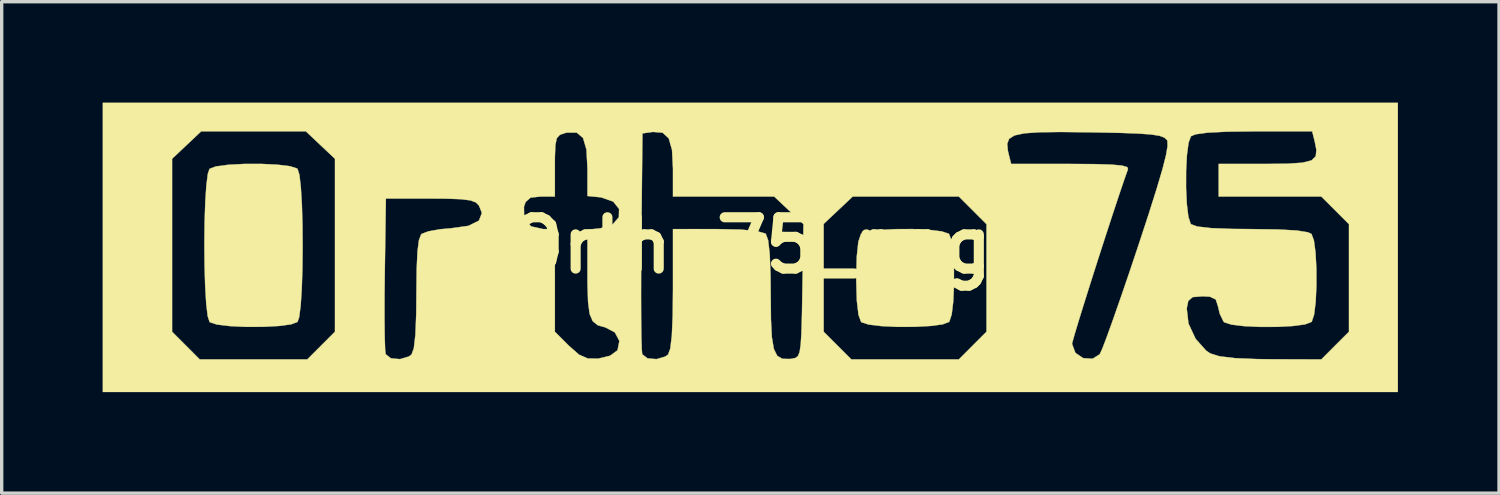
<source format=kicad_pcb>
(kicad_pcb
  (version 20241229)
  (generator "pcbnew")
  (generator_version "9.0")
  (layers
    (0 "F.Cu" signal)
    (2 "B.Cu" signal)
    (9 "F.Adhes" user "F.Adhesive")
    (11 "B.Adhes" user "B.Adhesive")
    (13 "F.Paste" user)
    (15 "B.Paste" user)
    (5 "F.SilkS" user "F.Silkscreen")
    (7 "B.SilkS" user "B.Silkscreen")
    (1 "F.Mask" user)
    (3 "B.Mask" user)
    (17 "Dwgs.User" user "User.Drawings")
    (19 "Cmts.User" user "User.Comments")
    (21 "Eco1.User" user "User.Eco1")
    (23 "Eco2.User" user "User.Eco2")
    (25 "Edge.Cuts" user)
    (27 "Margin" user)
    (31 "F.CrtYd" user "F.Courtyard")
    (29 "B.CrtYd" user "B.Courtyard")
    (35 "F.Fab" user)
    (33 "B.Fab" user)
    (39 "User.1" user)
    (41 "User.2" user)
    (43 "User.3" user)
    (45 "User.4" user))
  (footprint "Ortho75_neg"
    (layer "F.Cu")
    (at 19.236 4.238)
    (property "Reference" "Ortho75_neg" (at 0 0 0) (layer "F.SilkS") (effects (font (size 1.524 1.524) (thickness 0.3))))
    (attr through_hole)
    (fp_poly (pts (xy 5.303 -0.462) (xy 5.682 -0.416) (xy 5.894 -0.346) (xy 5.902 -0.339) (xy 5.974 -0.146) (xy 6.023 0.22) (xy 6.047 0.69) (xy 6.048 1.198) (xy 6.026 1.675) (xy 5.98 2.053) (xy 5.91 2.265) (xy 5.902 2.274) (xy 5.71 2.346) (xy 5.344 2.394) (xy 4.874 2.419) (xy 4.366 2.42) (xy 3.889 2.397) (xy 3.511 2.351) (xy 3.299 2.282) (xy 3.29 2.274) (xy 3.213 2.067) (xy 3.163 1.642) (xy 3.145 1.021) (xy 3.145 0.968) (xy 3.161 0.333) (xy 3.208 -0.107) (xy 3.283 -0.331) (xy 3.29 -0.339) (xy 3.483 -0.41) (xy 3.848 -0.459) (xy 4.319 -0.483) (xy 4.826 -0.485) (xy 5.303 -0.462)) (stroke (width 0.01) (type solid)) (fill yes) (layer "F.SilkS"))
    (fp_poly (pts (xy -14.049 -2.397) (xy -13.671 -2.351) (xy -13.459 -2.282) (xy -13.45 -2.274) (xy -13.394 -2.099) (xy -13.351 -1.732) (xy -13.32 -1.221) (xy -13.302 -0.615) (xy -13.297 0.037) (xy -13.304 0.687) (xy -13.323 1.285) (xy -13.355 1.782) (xy -13.4 2.13) (xy -13.45 2.274) (xy -13.643 2.346) (xy -14.008 2.394) (xy -14.479 2.419) (xy -14.986 2.42) (xy -15.463 2.397) (xy -15.842 2.351) (xy -16.054 2.282) (xy -16.062 2.274) (xy -16.118 2.099) (xy -16.161 1.732) (xy -16.192 1.221) (xy -16.21 0.615) (xy -16.216 -0.037) (xy -16.209 -0.687) (xy -16.189 -1.285) (xy -16.157 -1.782) (xy -16.112 -2.13) (xy -16.062 -2.274) (xy -15.87 -2.346) (xy -15.504 -2.394) (xy -15.034 -2.419) (xy -14.526 -2.42) (xy -14.049 -2.397)) (stroke (width 0.01) (type solid)) (fill yes) (layer "F.SilkS"))
    (fp_poly (pts (xy 19.231 4.354) (xy -19.231 4.354) (xy -19.231 -2.572) (xy -17.175 -2.572) (xy -17.175 2.564) (xy -16.764 2.975) (xy -16.353 3.387) (xy -13.16 3.387) (xy -12.748 2.975) (xy -12.337 2.564) (xy -12.337 2.2) (xy -10.866 2.2) (xy -10.86 2.72) (xy -10.848 3.078) (xy -10.832 3.232) (xy -10.674 3.355) (xy -10.407 3.379) (xy -10.143 3.301) (xy -10.063 3.242) (xy -9.995 3.056) (xy -9.948 2.652) (xy -9.923 2.023) (xy -9.918 1.442) (xy -9.91 0.701) (xy -9.886 0.177) (xy -9.843 -0.157) (xy -9.778 -0.325) (xy -9.763 -0.341) (xy -9.563 -0.417) (xy -9.209 -0.48) (xy -8.898 -0.507) (xy -8.371 -0.581) (xy -8.061 -0.735) (xy -7.973 -0.962) (xy -8.045 -1.147) (xy -6.724 -1.147) (xy -6.717 -0.796) (xy -6.512 -0.564) (xy -6.154 -0.484) (xy -5.806 -0.484) (xy -5.806 2.564) (xy -5.387 2.983) (xy -5.088 3.246) (xy -4.83 3.358) (xy -4.522 3.364) (xy -4.166 3.278) (xy -3.945 3.116) (xy -3.944 3.115) (xy -3.89 2.837) (xy -4.025 2.583) (xy -4.305 2.437) (xy -4.307 2.436) (xy -4.53 2.373) (xy -4.681 2.253) (xy -4.773 2.037) (xy -4.82 1.681) (xy -4.825 1.524) (xy -3.246 1.524) (xy -3.243 2.2) (xy -3.236 2.733) (xy -3.225 3.089) (xy -3.211 3.234) (xy -3.054 3.356) (xy -2.787 3.379) (xy -2.523 3.301) (xy -2.443 3.242) (xy -2.378 3.067) (xy -2.332 2.685) (xy -2.306 2.086) (xy -2.298 1.306) (xy -2.298 -0.484) (xy -0.992 -0.484) (xy -0.293 -0.469) (xy 0.187 -0.426) (xy 0.439 -0.355) (xy 0.46 -0.339) (xy 0.528 -0.153) (xy 0.575 0.251) (xy 0.6 0.88) (xy 0.605 1.461) (xy 0.612 2.199) (xy 0.639 2.727) (xy 0.698 3.077) (xy 0.798 3.28) (xy 0.951 3.369) (xy 1.166 3.374) (xy 1.233 3.366) (xy 1.336 3.344) (xy 1.411 3.291) (xy 1.463 3.169) (xy 1.496 2.945) (xy 1.518 2.583) (xy 1.533 2.047) (xy 1.545 1.348) (xy 1.578 -0.631) (xy 1.572 -0.637) (xy 2.177 -0.637) (xy 2.177 2.564) (xy 2.588 2.975) (xy 3 3.387) (xy 6.193 3.387) (xy 6.604 2.975) (xy 7.015 2.564) (xy 7.015 -0.629) (xy 6.193 -1.451) (xy 3.041 -1.451) (xy 2.609 -1.044) (xy 2.177 -0.637) (xy 1.572 -0.637) (xy 1.143 -1.041) (xy 0.708 -1.451) (xy -2.298 -1.451) (xy -2.298 -2.283) (xy -2.326 -2.834) (xy -2.378 -3.018) (xy 7.629 -3.018) (xy 7.648 -2.817) (xy 7.669 -2.723) (xy 7.746 -2.419) (xy 9.51 -2.419) (xy 10.226 -2.414) (xy 10.726 -2.399) (xy 11.04 -2.37) (xy 11.194 -2.325) (xy 11.217 -2.268) (xy 11.109 -1.962) (xy 10.953 -1.502) (xy 10.762 -0.926) (xy 10.55 -0.277) (xy 10.33 0.405) (xy 10.115 1.079) (xy 9.918 1.705) (xy 9.751 2.242) (xy 9.629 2.649) (xy 9.563 2.885) (xy 9.555 2.925) (xy 9.653 3.191) (xy 9.887 3.35) (xy 10.165 3.367) (xy 10.376 3.235) (xy 10.447 3.084) (xy 10.581 2.734) (xy 10.767 2.219) (xy 10.994 1.57) (xy 11.251 0.82) (xy 11.5 0.077) (xy 11.821 -0.899) (xy 12.064 -1.668) (xy 12.075 -1.705) (xy 12.941 -1.705) (xy 12.964 -1.228) (xy 13.01 -0.85) (xy 13.079 -0.638) (xy 13.087 -0.629) (xy 13.274 -0.56) (xy 13.679 -0.513) (xy 14.311 -0.489) (xy 14.877 -0.484) (xy 15.669 -0.473) (xy 16.228 -0.442) (xy 16.563 -0.388) (xy 16.667 -0.339) (xy 16.739 -0.146) (xy 16.787 0.22) (xy 16.812 0.69) (xy 16.813 1.198) (xy 16.791 1.675) (xy 16.745 2.053) (xy 16.675 2.265) (xy 16.667 2.274) (xy 16.475 2.347) (xy 16.113 2.395) (xy 15.647 2.42) (xy 15.143 2.421) (xy 14.669 2.399) (xy 14.29 2.353) (xy 14.074 2.283) (xy 14.057 2.268) (xy 13.943 2.034) (xy 13.891 1.814) (xy 13.824 1.607) (xy 13.651 1.524) (xy 13.426 1.512) (xy 13.137 1.536) (xy 13.007 1.649) (xy 12.961 1.875) (xy 13.013 2.322) (xy 13.225 2.776) (xy 13.543 3.131) (xy 13.661 3.209) (xy 13.932 3.294) (xy 14.39 3.349) (xy 15.056 3.377) (xy 15.464 3.382) (xy 16.958 3.387) (xy 17.369 2.975) (xy 17.78 2.564) (xy 17.78 -0.629) (xy 16.958 -1.451) (xy 13.91 -1.451) (xy 13.91 -2.419) (xy 15.304 -2.419) (xy 15.956 -2.426) (xy 16.399 -2.456) (xy 16.667 -2.524) (xy 16.793 -2.647) (xy 16.812 -2.838) (xy 16.763 -3.085) (xy 16.687 -3.387) (xy 14.96 -3.387) (xy 14.154 -3.377) (xy 13.578 -3.348) (xy 13.223 -3.299) (xy 13.087 -3.242) (xy 13.015 -3.049) (xy 12.967 -2.683) (xy 12.942 -2.213) (xy 12.941 -1.705) (xy 12.075 -1.705) (xy 12.237 -2.251) (xy 12.344 -2.671) (xy 12.392 -2.948) (xy 12.387 -3.103) (xy 12.375 -3.129) (xy 12.299 -3.201) (xy 12.154 -3.255) (xy 11.905 -3.294) (xy 11.52 -3.322) (xy 10.965 -3.342) (xy 10.206 -3.357) (xy 10.073 -3.359) (xy 9.223 -3.368) (xy 8.587 -3.36) (xy 8.137 -3.329) (xy 7.846 -3.266) (xy 7.686 -3.165) (xy 7.629 -3.018) (xy -2.378 -3.018) (xy -2.423 -3.178) (xy -2.605 -3.347) (xy -2.891 -3.37) (xy -2.926 -3.366) (xy -3.205 -3.326) (xy -3.238 -0.123) (xy -3.244 0.739) (xy -3.246 1.524) (xy -4.825 1.524) (xy -4.837 1.144) (xy -4.838 0.84) (xy -4.838 -0.468) (xy -4.457 -0.506) (xy -4.091 -0.622) (xy -3.905 -0.836) (xy -3.899 -1.083) (xy -4.073 -1.301) (xy -4.426 -1.425) (xy -4.457 -1.429) (xy -4.838 -1.467) (xy -4.838 -2.291) (xy -4.868 -2.846) (xy -4.969 -3.191) (xy -5.157 -3.35) (xy -5.448 -3.35) (xy -5.502 -3.337) (xy -5.657 -3.284) (xy -5.748 -3.184) (xy -5.791 -2.982) (xy -5.805 -2.623) (xy -5.806 -2.356) (xy -5.806 -1.451) (xy -6.227 -1.451) (xy -6.528 -1.419) (xy -6.675 -1.289) (xy -6.724 -1.147) (xy -8.045 -1.147) (xy -8.057 -1.179) (xy -8.15 -1.275) (xy -8.315 -1.337) (xy -8.596 -1.372) (xy -9.041 -1.388) (xy -9.508 -1.391) (xy -10.825 -1.391) (xy -10.858 0.843) (xy -10.866 1.561) (xy -10.866 2.2) (xy -12.337 2.2) (xy -12.337 -2.572) (xy -12.769 -2.979) (xy -13.201 -3.387) (xy -16.311 -3.387) (xy -16.743 -2.979) (xy -17.175 -2.572) (xy -19.231 -2.572) (xy -19.231 -4.233) (xy 19.231 -4.233) (xy 19.231 4.354)) (stroke (width 0.01) (type solid)) (fill yes) (layer "F.SilkS")))
  (gr_rect
    (start -3 -3)
    (end 41.473 11.598)
    (stroke (width 0.1) (type default))
    (fill no)
    (layer "Edge.Cuts")))
</source>
